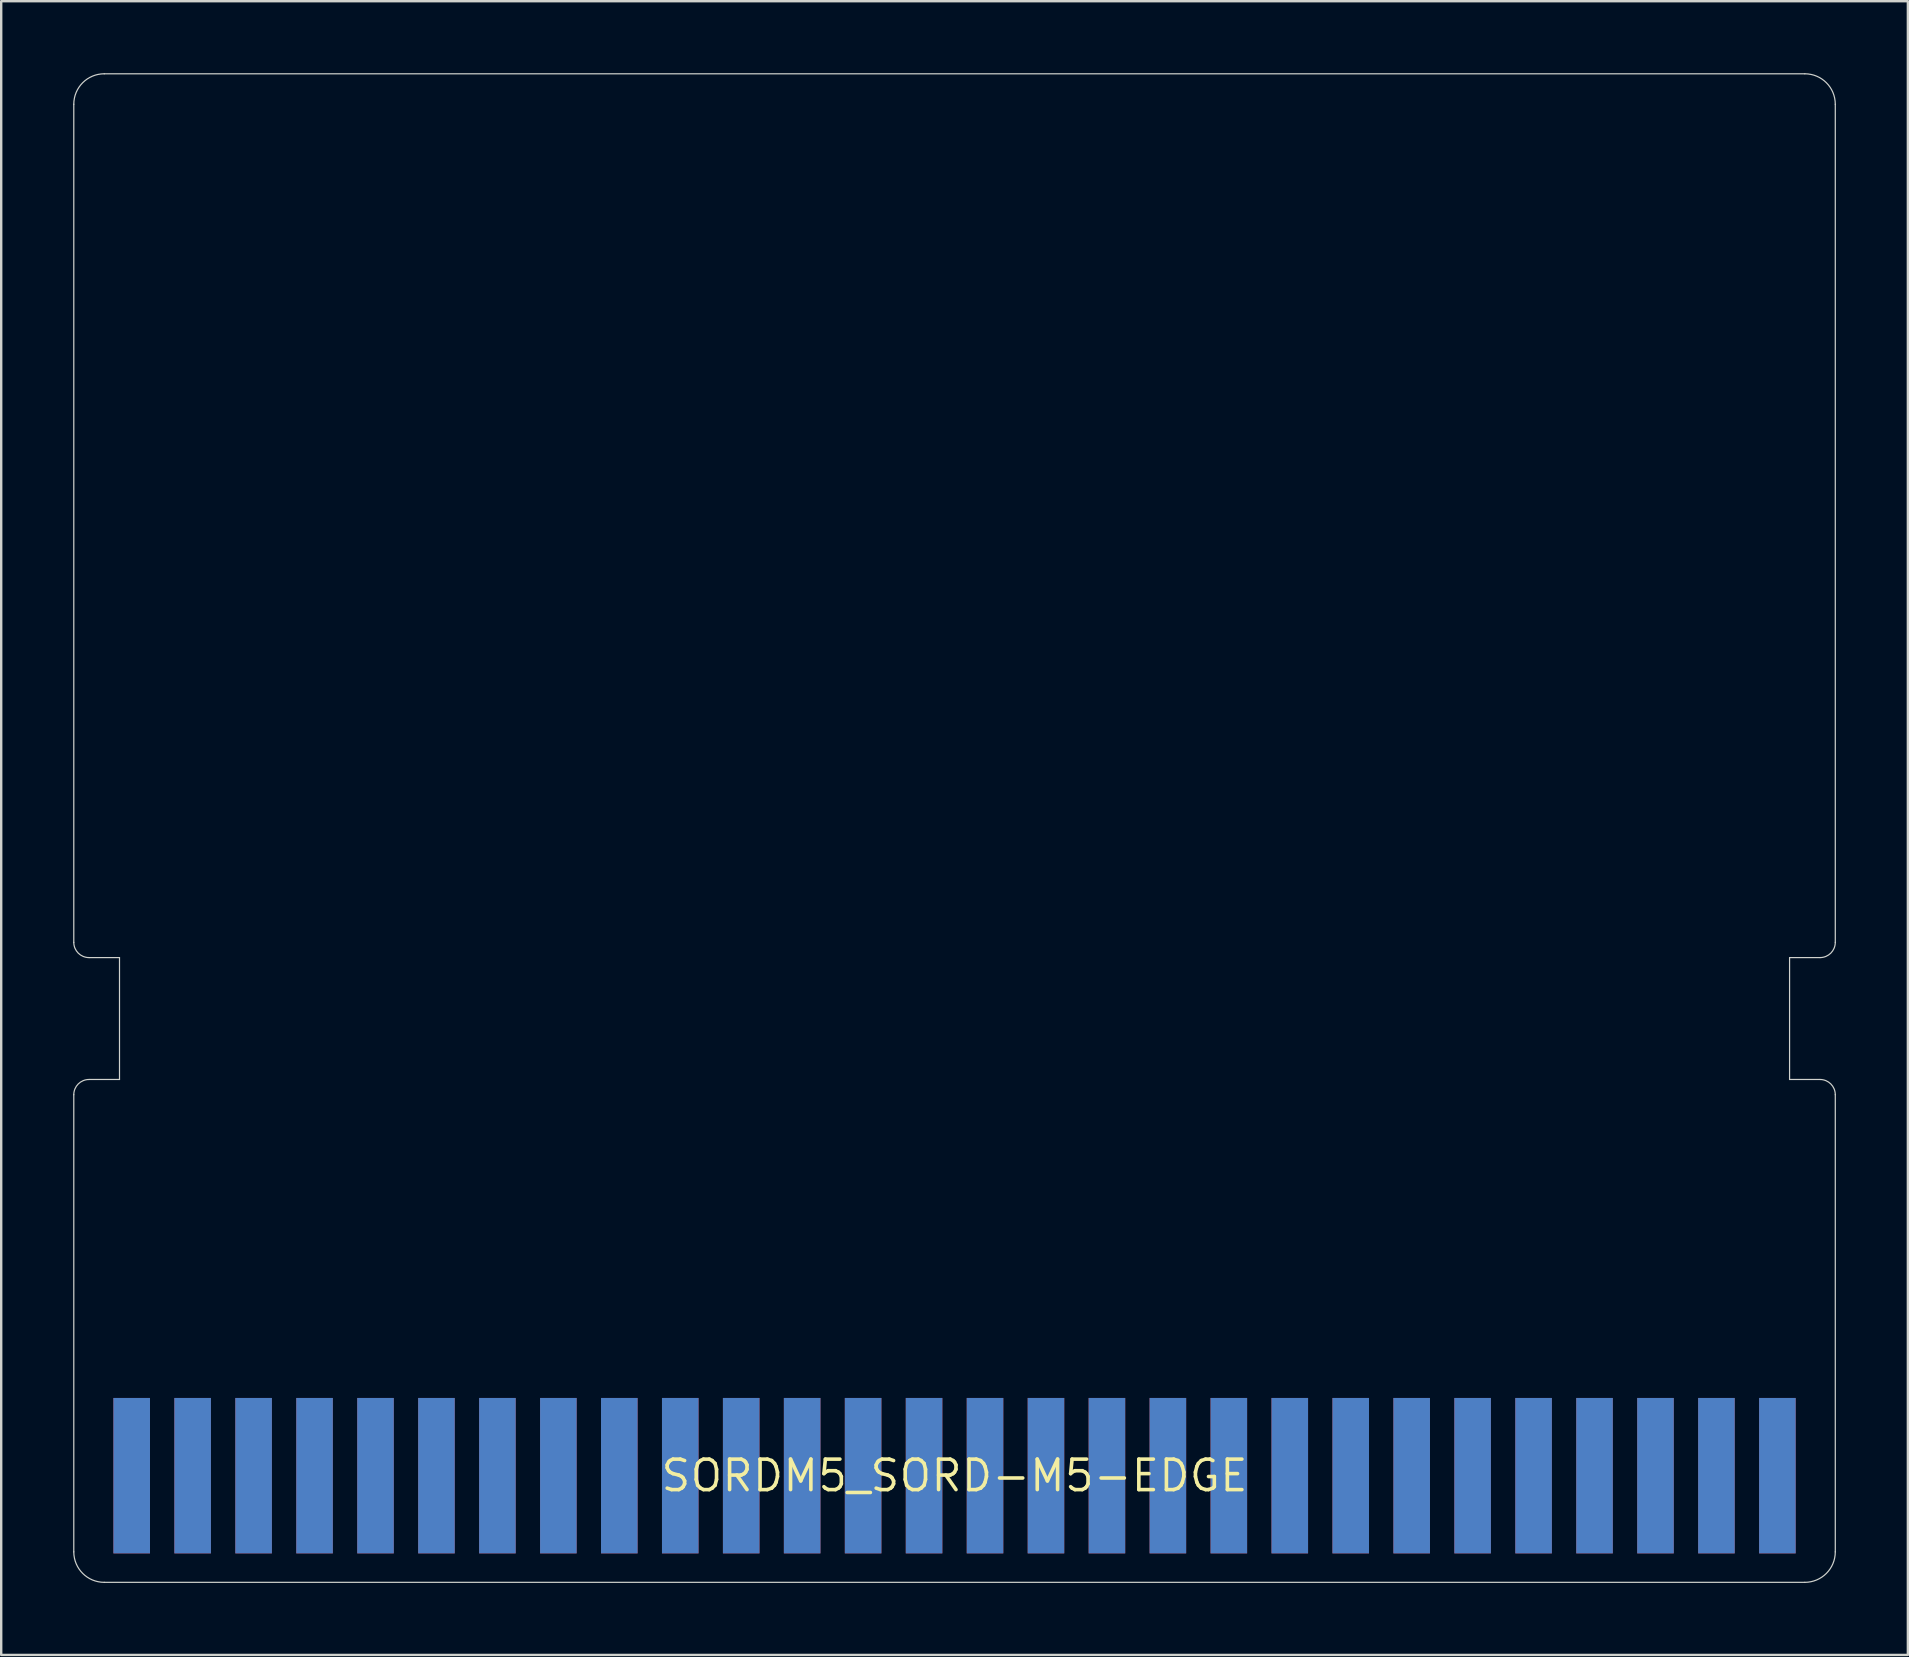
<source format=kicad_pcb>
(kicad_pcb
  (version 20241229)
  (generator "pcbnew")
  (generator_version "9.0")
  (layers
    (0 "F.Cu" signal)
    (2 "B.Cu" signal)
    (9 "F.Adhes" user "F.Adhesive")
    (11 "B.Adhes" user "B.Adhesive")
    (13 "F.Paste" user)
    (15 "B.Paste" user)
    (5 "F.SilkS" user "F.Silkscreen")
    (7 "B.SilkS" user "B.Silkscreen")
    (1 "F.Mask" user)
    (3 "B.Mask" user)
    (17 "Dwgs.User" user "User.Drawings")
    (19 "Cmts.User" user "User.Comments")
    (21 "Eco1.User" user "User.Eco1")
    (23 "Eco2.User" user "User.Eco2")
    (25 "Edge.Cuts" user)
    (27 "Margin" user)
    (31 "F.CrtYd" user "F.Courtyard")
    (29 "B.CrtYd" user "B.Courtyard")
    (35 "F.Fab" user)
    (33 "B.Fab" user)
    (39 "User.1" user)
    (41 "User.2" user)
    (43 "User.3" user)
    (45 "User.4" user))
  (footprint "SORDM5_SORD-M5-EDGE"
    (layer "F.Cu")
    (at 36.728 58.445)
    (property "Reference" "SORDM5_SORD-M5-EDGE" (at 0 0 0) (layer "F.SilkS") (effects (font (size 1.27 1.27) (thickness 0.15))))
    (attr through_hole)
    (fp_line (start -36.703 -22.225) (end -36.703 -57.15) (stroke (width 0.05) (type solid)) (layer "Edge.Cuts"))
    (fp_line (start -36.703 3.175) (end -36.703 -15.875) (stroke (width 0.05) (type solid)) (layer "Edge.Cuts"))
    (fp_line (start -36.068 -16.51) (end -34.798 -16.51) (stroke (width 0.05) (type solid)) (layer "Edge.Cuts"))
    (fp_line (start -35.433 -58.42) (end 35.433 -58.42) (stroke (width 0.05) (type solid)) (layer "Edge.Cuts"))
    (fp_line (start -34.798 -21.59) (end -36.068 -21.59) (stroke (width 0.05) (type solid)) (layer "Edge.Cuts"))
    (fp_line (start -34.798 -16.51) (end -34.798 -21.59) (stroke (width 0.05) (type solid)) (layer "Edge.Cuts"))
    (fp_line (start 34.798 -21.59) (end 34.798 -16.51) (stroke (width 0.05) (type solid)) (layer "Edge.Cuts"))
    (fp_line (start 34.798 -16.51) (end 36.068 -16.51) (stroke (width 0.05) (type solid)) (layer "Edge.Cuts"))
    (fp_line (start 35.433 4.445) (end -35.433 4.445) (stroke (width 0.05) (type solid)) (layer "Edge.Cuts"))
    (fp_line (start 36.068 -21.59) (end 34.798 -21.59) (stroke (width 0.05) (type solid)) (layer "Edge.Cuts"))
    (fp_line (start 36.703 -57.15) (end 36.703 -22.225) (stroke (width 0.05) (type solid)) (layer "Edge.Cuts"))
    (fp_line (start 36.703 -15.875) (end 36.703 3.175) (stroke (width 0.05) (type solid)) (layer "Edge.Cuts"))
    (fp_arc (start -36.703 -57.15) (mid -36.331026 -58.048026) (end -35.433 -58.42) (stroke (width 0.05) (type solid)) (layer "Edge.Cuts"))
    (fp_arc (start -36.703 -15.875) (mid -36.517013 -16.324013) (end -36.068 -16.51) (stroke (width 0.05) (type solid)) (layer "Edge.Cuts"))
    (fp_arc (start -36.068 -21.59) (mid -36.517013 -21.775987) (end -36.703 -22.225) (stroke (width 0.05) (type solid)) (layer "Edge.Cuts"))
    (fp_arc (start -35.433 4.445) (mid -36.331026 4.073026) (end -36.703 3.175) (stroke (width 0.05) (type solid)) (layer "Edge.Cuts"))
    (fp_arc (start 35.433 -58.42) (mid 36.331026 -58.048026) (end 36.703 -57.15) (stroke (width 0.05) (type solid)) (layer "Edge.Cuts"))
    (fp_arc (start 36.068 -16.51) (mid 36.517013 -16.324013) (end 36.703 -15.875) (stroke (width 0.05) (type solid)) (layer "Edge.Cuts"))
    (fp_arc (start 36.703 -22.225) (mid 36.517013 -21.775987) (end 36.068 -21.59) (stroke (width 0.05) (type solid)) (layer "Edge.Cuts"))
    (fp_arc (start 36.703 3.175) (mid 36.331026 4.073026) (end 35.433 4.445) (stroke (width 0.05) (type solid)) (layer "Edge.Cuts"))
    (pad "A1" smd rect (at 34.29 0) (size 1.524 6.477) (layers "F.Cu" "F.Mask" "F.Paste"))
    (pad "A2" smd rect (at 31.75 0) (size 1.524 6.477) (layers "F.Cu" "F.Mask" "F.Paste"))
    (pad "A3" smd rect (at 29.21 0) (size 1.524 6.477) (layers "F.Cu" "F.Mask" "F.Paste"))
    (pad "A4" smd rect (at 26.67 0) (size 1.524 6.477) (layers "F.Cu" "F.Mask" "F.Paste"))
    (pad "A5" smd rect (at 24.13 0) (size 1.524 6.477) (layers "F.Cu" "F.Mask" "F.Paste"))
    (pad "A6" smd rect (at 21.59 0) (size 1.524 6.477) (layers "F.Cu" "F.Mask" "F.Paste"))
    (pad "A7" smd rect (at 19.05 0) (size 1.524 6.477) (layers "F.Cu" "F.Mask" "F.Paste"))
    (pad "A8" smd rect (at 16.51 0) (size 1.524 6.477) (layers "F.Cu" "F.Mask" "F.Paste"))
    (pad "A9" smd rect (at 13.97 0) (size 1.524 6.477) (layers "F.Cu" "F.Mask" "F.Paste"))
    (pad "A10" smd rect (at 11.43 0) (size 1.524 6.477) (layers "F.Cu" "F.Mask" "F.Paste"))
    (pad "A11" smd rect (at 8.89 0) (size 1.524 6.477) (layers "F.Cu" "F.Mask" "F.Paste"))
    (pad "A12" smd rect (at 6.35 0) (size 1.524 6.477) (layers "F.Cu" "F.Mask" "F.Paste"))
    (pad "A13" smd rect (at 3.81 0) (size 1.524 6.477) (layers "F.Cu" "F.Mask" "F.Paste"))
    (pad "A14" smd rect (at 1.27 0) (size 1.524 6.477) (layers "F.Cu" "F.Mask" "F.Paste"))
    (pad "A15" smd rect (at -1.27 0) (size 1.524 6.477) (layers "F.Cu" "F.Mask" "F.Paste"))
    (pad "A16" smd rect (at -3.81 0) (size 1.524 6.477) (layers "F.Cu" "F.Mask" "F.Paste"))
    (pad "A17" smd rect (at -6.35 0) (size 1.524 6.477) (layers "F.Cu" "F.Mask" "F.Paste"))
    (pad "A18" smd rect (at -8.89 0) (size 1.524 6.477) (layers "F.Cu" "F.Mask" "F.Paste"))
    (pad "A19" smd rect (at -11.43 0) (size 1.524 6.477) (layers "F.Cu" "F.Mask" "F.Paste"))
    (pad "A20" smd rect (at -13.97 0) (size 1.524 6.477) (layers "F.Cu" "F.Mask" "F.Paste"))
    (pad "A21" smd rect (at -16.51 0) (size 1.524 6.477) (layers "F.Cu" "F.Mask" "F.Paste"))
    (pad "A22" smd rect (at -19.05 0) (size 1.524 6.477) (layers "F.Cu" "F.Mask" "F.Paste"))
    (pad "A23" smd rect (at -21.59 0) (size 1.524 6.477) (layers "F.Cu" "F.Mask" "F.Paste"))
    (pad "A24" smd rect (at -24.13 0) (size 1.524 6.477) (layers "F.Cu" "F.Mask" "F.Paste"))
    (pad "A25" smd rect (at -26.67 0) (size 1.524 6.477) (layers "F.Cu" "F.Mask" "F.Paste"))
    (pad "A26" smd rect (at -29.21 0) (size 1.524 6.477) (layers "F.Cu" "F.Mask" "F.Paste"))
    (pad "A27" smd rect (at -31.75 0) (size 1.524 6.477) (layers "F.Cu" "F.Mask" "F.Paste"))
    (pad "A28" smd rect (at -34.29 0) (size 1.524 6.477) (layers "F.Cu" "F.Mask" "F.Paste"))
    (pad "B1" smd rect (at 34.29 0) (size 1.524 6.477) (layers "B.Cu" "B.Mask" "B.Paste"))
    (pad "B2" smd rect (at 31.75 0) (size 1.524 6.477) (layers "B.Cu" "B.Mask" "B.Paste"))
    (pad "B3" smd rect (at 29.21 0) (size 1.524 6.477) (layers "B.Cu" "B.Mask" "B.Paste"))
    (pad "B4" smd rect (at 26.67 0) (size 1.524 6.477) (layers "B.Cu" "B.Mask" "B.Paste"))
    (pad "B5" smd rect (at 24.13 0) (size 1.524 6.477) (layers "B.Cu" "B.Mask" "B.Paste"))
    (pad "B6" smd rect (at 21.59 0) (size 1.524 6.477) (layers "B.Cu" "B.Mask" "B.Paste"))
    (pad "B7" smd rect (at 19.05 0) (size 1.524 6.477) (layers "B.Cu" "B.Mask" "B.Paste"))
    (pad "B8" smd rect (at 16.51 0) (size 1.524 6.477) (layers "B.Cu" "B.Mask" "B.Paste"))
    (pad "B9" smd rect (at 13.97 0) (size 1.524 6.477) (layers "B.Cu" "B.Mask" "B.Paste"))
    (pad "B10" smd rect (at 11.43 0) (size 1.524 6.477) (layers "B.Cu" "B.Mask" "B.Paste"))
    (pad "B11" smd rect (at 8.89 0) (size 1.524 6.477) (layers "B.Cu" "B.Mask" "B.Paste"))
    (pad "B12" smd rect (at 6.35 0) (size 1.524 6.477) (layers "B.Cu" "B.Mask" "B.Paste"))
    (pad "B13" smd rect (at 3.81 0) (size 1.524 6.477) (layers "B.Cu" "B.Mask" "B.Paste"))
    (pad "B14" smd rect (at 1.27 0) (size 1.524 6.477) (layers "B.Cu" "B.Mask" "B.Paste"))
    (pad "B15" smd rect (at -1.27 0) (size 1.524 6.477) (layers "B.Cu" "B.Mask" "B.Paste"))
    (pad "B16" smd rect (at -3.81 0) (size 1.524 6.477) (layers "B.Cu" "B.Mask" "B.Paste"))
    (pad "B17" smd rect (at -6.35 0) (size 1.524 6.477) (layers "B.Cu" "B.Mask" "B.Paste"))
    (pad "B18" smd rect (at -8.89 0) (size 1.524 6.477) (layers "B.Cu" "B.Mask" "B.Paste"))
    (pad "B19" smd rect (at -11.43 0) (size 1.524 6.477) (layers "B.Cu" "B.Mask" "B.Paste"))
    (pad "B20" smd rect (at -13.97 0) (size 1.524 6.477) (layers "B.Cu" "B.Mask" "B.Paste"))
    (pad "B21" smd rect (at -16.51 0) (size 1.524 6.477) (layers "B.Cu" "B.Mask" "B.Paste"))
    (pad "B22" smd rect (at -19.05 0) (size 1.524 6.477) (layers "B.Cu" "B.Mask" "B.Paste"))
    (pad "B23" smd rect (at -21.59 0) (size 1.524 6.477) (layers "B.Cu" "B.Mask" "B.Paste"))
    (pad "B24" smd rect (at -24.13 0) (size 1.524 6.477) (layers "B.Cu" "B.Mask" "B.Paste"))
    (pad "B25" smd rect (at -26.67 0) (size 1.524 6.477) (layers "B.Cu" "B.Mask" "B.Paste"))
    (pad "B26" smd rect (at -29.21 0) (size 1.524 6.477) (layers "B.Cu" "B.Mask" "B.Paste"))
    (pad "B27" smd rect (at -31.75 0) (size 1.524 6.477) (layers "B.Cu" "B.Mask" "B.Paste"))
    (pad "B28" smd rect (at -34.29 0) (size 1.524 6.477) (layers "B.Cu" "B.Mask" "B.Paste")))
  (gr_rect
    (start -3 -3)
    (end 76.456 65.915)
    (stroke (width 0.1) (type default))
    (fill no)
    (layer "Edge.Cuts")))
</source>
